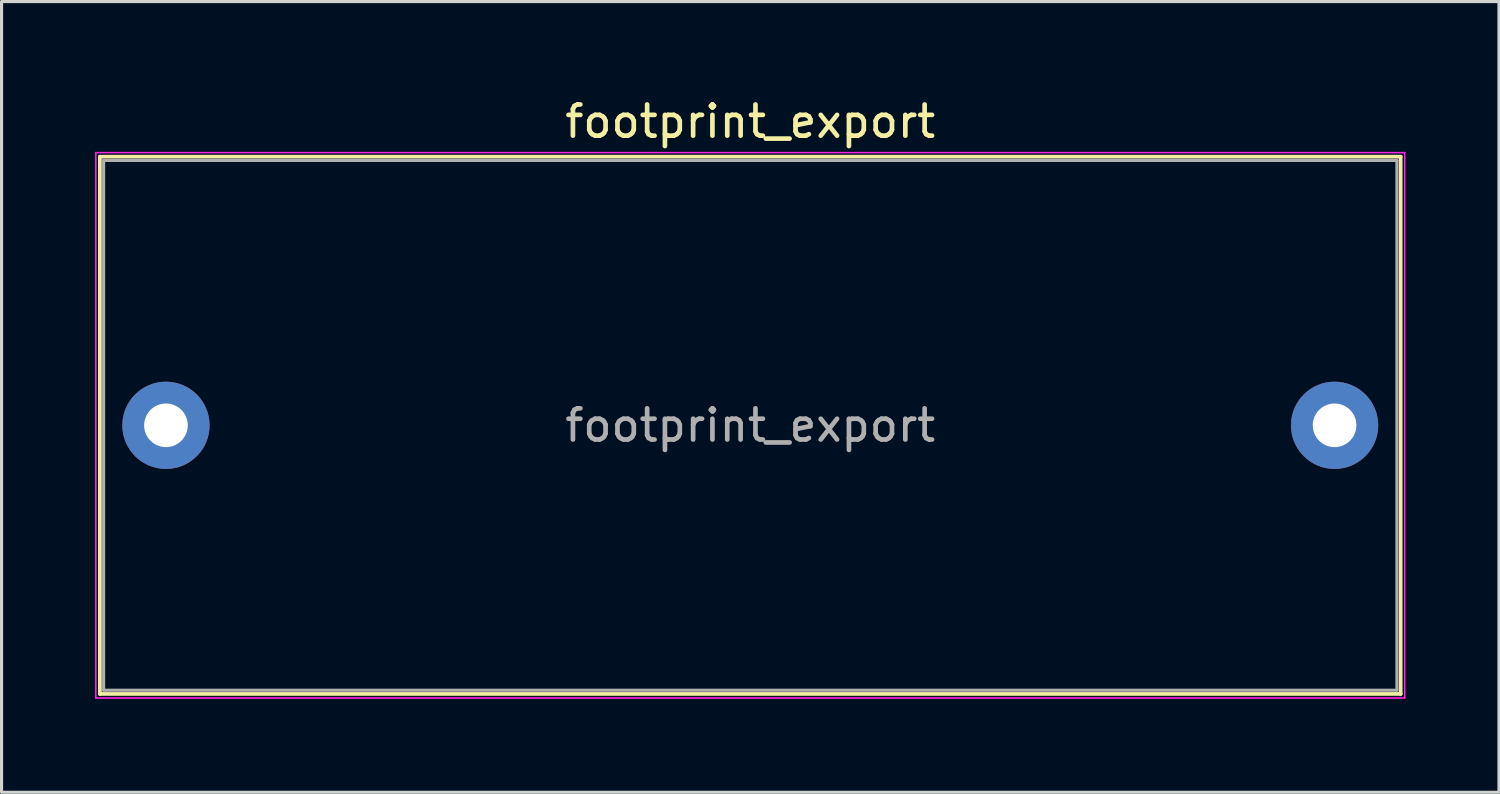
<source format=kicad_pcb>
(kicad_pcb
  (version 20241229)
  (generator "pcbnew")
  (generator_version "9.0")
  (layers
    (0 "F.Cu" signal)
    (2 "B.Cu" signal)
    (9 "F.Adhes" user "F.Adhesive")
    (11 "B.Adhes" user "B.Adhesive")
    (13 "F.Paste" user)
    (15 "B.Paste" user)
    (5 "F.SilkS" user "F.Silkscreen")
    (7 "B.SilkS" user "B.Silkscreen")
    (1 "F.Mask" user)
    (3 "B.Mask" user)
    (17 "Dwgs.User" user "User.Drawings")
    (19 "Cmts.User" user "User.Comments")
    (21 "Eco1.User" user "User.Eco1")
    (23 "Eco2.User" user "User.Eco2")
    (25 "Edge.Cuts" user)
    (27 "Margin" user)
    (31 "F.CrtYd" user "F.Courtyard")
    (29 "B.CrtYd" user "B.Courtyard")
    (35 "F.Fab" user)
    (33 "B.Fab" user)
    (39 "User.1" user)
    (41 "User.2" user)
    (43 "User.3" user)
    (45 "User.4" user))
  (footprint "footprint_export"
    (layer "F.Cu")
    (at 2.275 10.598)
    (property "Reference" "footprint_export" (at 18.75 -9.75 0) (layer "F.SilkS") (effects (font (size 1 1) (thickness 0.15))))
    (attr through_hole)
    (fp_line (start -2.12 -8.62) (end -2.12 8.62) (stroke (width 0.12) (type solid)) (layer "F.SilkS"))
    (fp_line (start -2.12 -8.62) (end 39.62 -8.62) (stroke (width 0.12) (type solid)) (layer "F.SilkS"))
    (fp_line (start -2.12 8.62) (end 39.62 8.62) (stroke (width 0.12) (type solid)) (layer "F.SilkS"))
    (fp_line (start 39.62 -8.62) (end 39.62 8.62) (stroke (width 0.12) (type solid)) (layer "F.SilkS"))
    (fp_line (start -2.25 -8.75) (end -2.25 8.75) (stroke (width 0.05) (type solid)) (layer "F.CrtYd"))
    (fp_line (start -2.25 8.75) (end 39.75 8.75) (stroke (width 0.05) (type solid)) (layer "F.CrtYd"))
    (fp_line (start 39.75 -8.75) (end -2.25 -8.75) (stroke (width 0.05) (type solid)) (layer "F.CrtYd"))
    (fp_line (start 39.75 8.75) (end 39.75 -8.75) (stroke (width 0.05) (type solid)) (layer "F.CrtYd"))
    (fp_line (start -2 -8.5) (end -2 8.5) (stroke (width 0.1) (type solid)) (layer "F.Fab"))
    (fp_line (start -2 8.5) (end 39.5 8.5) (stroke (width 0.1) (type solid)) (layer "F.Fab"))
    (fp_line (start 39.5 -8.5) (end -2 -8.5) (stroke (width 0.1) (type solid)) (layer "F.Fab"))
    (fp_line (start 39.5 8.5) (end 39.5 -8.5) (stroke (width 0.1) (type solid)) (layer "F.Fab"))
    (fp_text user "${REFERENCE}" (at 18.75 0 0) (layer "F.Fab") (effects (font (size 1 1) (thickness 0.15))))
    (pad "1" thru_hole circle (at 0 0) (size 2.8 2.8) (drill 1.4) (layers "*.Cu" "*.Mask"))
    (pad "2" thru_hole circle (at 37.5 0) (size 2.8 2.8) (drill 1.4) (layers "*.Cu" "*.Mask")))
  (gr_rect
    (start -3 -3)
    (end 45.05 22.373)
    (stroke (width 0.1) (type default))
    (fill no)
    (layer "Edge.Cuts")))
</source>
